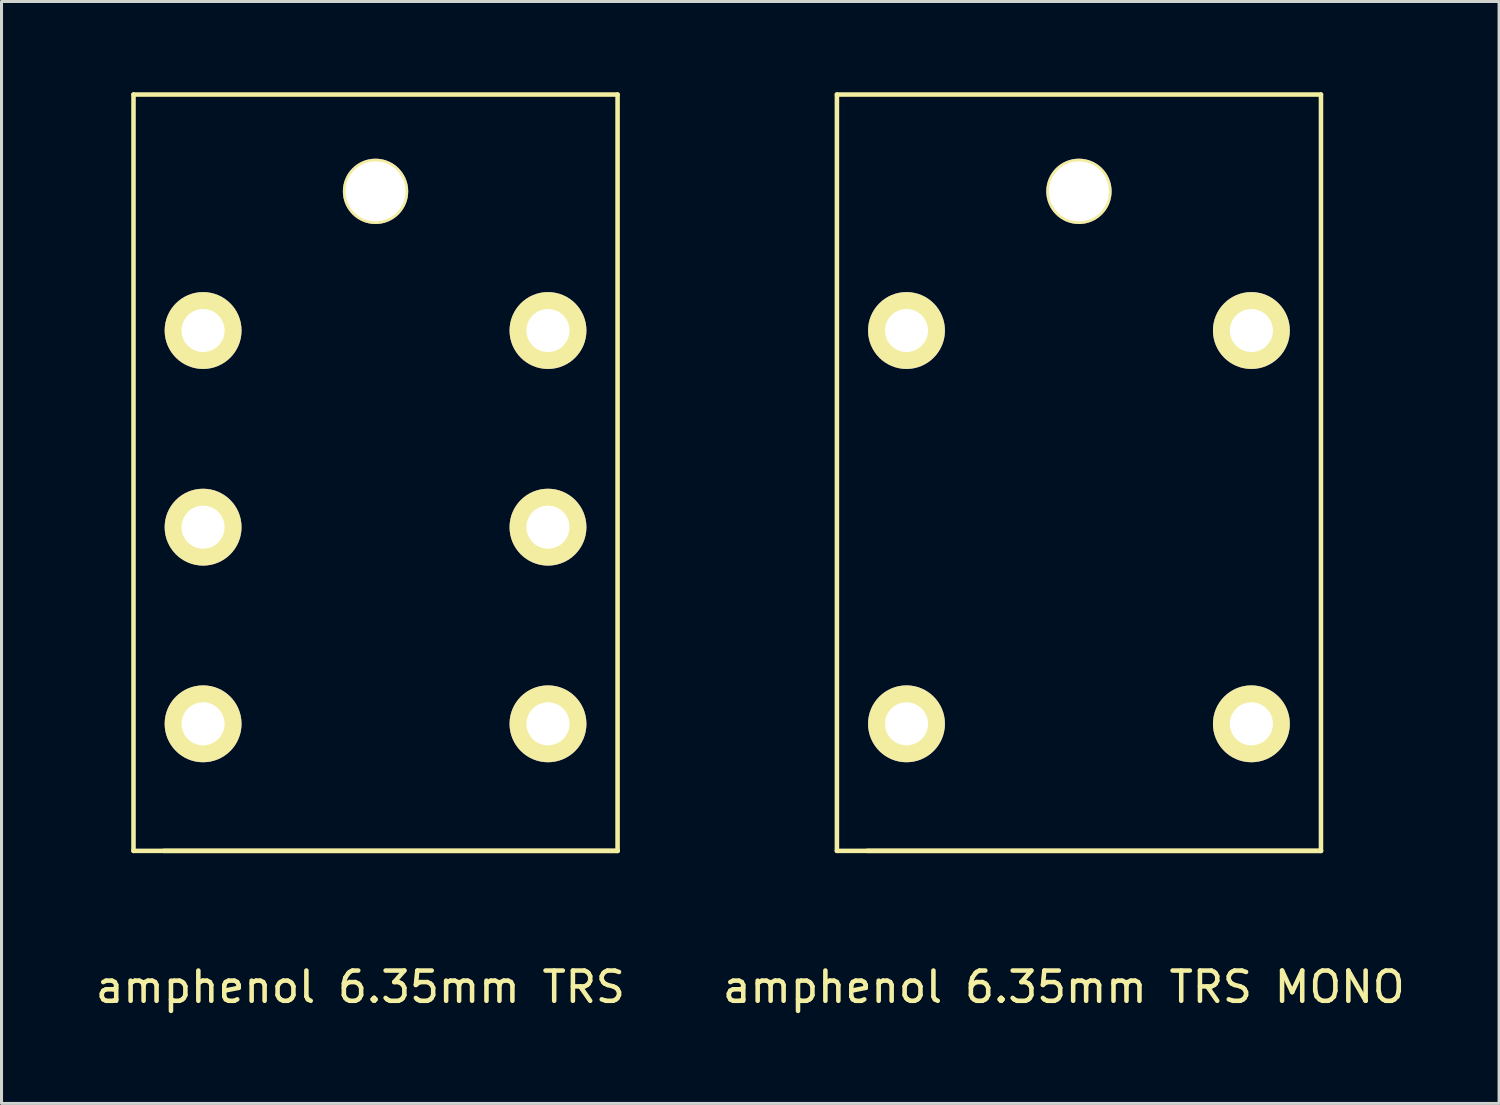
<source format=kicad_pcb>
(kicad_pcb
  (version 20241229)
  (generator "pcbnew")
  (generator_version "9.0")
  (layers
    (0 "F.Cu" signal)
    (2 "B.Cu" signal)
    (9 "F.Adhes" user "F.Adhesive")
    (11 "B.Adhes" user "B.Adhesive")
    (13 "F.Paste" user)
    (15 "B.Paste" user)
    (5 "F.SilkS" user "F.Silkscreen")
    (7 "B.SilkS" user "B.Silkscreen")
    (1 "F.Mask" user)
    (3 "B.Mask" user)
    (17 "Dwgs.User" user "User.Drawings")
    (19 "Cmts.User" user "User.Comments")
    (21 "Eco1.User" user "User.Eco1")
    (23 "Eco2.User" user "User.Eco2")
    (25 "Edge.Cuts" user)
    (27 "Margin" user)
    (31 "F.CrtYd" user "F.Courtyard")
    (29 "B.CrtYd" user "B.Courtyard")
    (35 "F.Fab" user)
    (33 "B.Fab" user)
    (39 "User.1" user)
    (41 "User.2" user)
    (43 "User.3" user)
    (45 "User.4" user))
  (footprint "amphenol 6.35mm TRS MONO"
    (layer "F.Cu")
    (at 31.613 27.075)
    (property "Reference" "amphenol 6.35mm TRS MONO" (at 0.5 2.5 0) (layer "F.SilkS") (effects (font (size 1 1) (thickness 0.15))))
    (attr through_hole)
    (fp_line (start -7 -27) (end -7 -2) (stroke (width 0.15) (type solid)) (layer "F.SilkS"))
    (fp_line (start -6 -2) (end 9 -2) (stroke (width 0.15) (type solid)) (layer "F.SilkS"))
    (fp_line (start 9 -27) (end -7 -27) (stroke (width 0.15) (type solid)) (layer "F.SilkS"))
    (fp_line (start 9 -2) (end -7 -2) (stroke (width 0.15) (type solid)) (layer "F.SilkS"))
    (fp_line (start 9 -2) (end 9 -27) (stroke (width 0.15) (type solid)) (layer "F.SilkS"))
    (pad "" np_thru_hole circle (at 1 -23.8) (size 2.159 2.159) (drill 1.981) (layers "*.Cu" "*.Mask" "F.SilkS"))
    (pad "1" thru_hole circle (at -4.7 -6.2) (size 2.54 2.54) (drill 1.422) (layers "*.Cu" "*.Mask" "F.SilkS"))
    (pad "3" thru_hole circle (at -4.7 -19.2) (size 2.54 2.54) (drill 1.422) (layers "*.Cu" "*.Mask" "F.SilkS"))
    (pad "4" thru_hole circle (at 6.7 -6.2) (size 2.54 2.54) (drill 1.422) (layers "*.Cu" "*.Mask" "F.SilkS"))
    (pad "6" thru_hole circle (at 6.7 -19.2) (size 2.54 2.54) (drill 1.422) (layers "*.Cu" "*.Mask" "F.SilkS")))
  (footprint "amphenol 6.35mm TRS"
    (layer "F.Cu")
    (at 8.363 27.075)
    (property "Reference" "amphenol 6.35mm TRS" (at 0.5 2.5 0) (layer "F.SilkS") (effects (font (size 1 1) (thickness 0.15))))
    (attr through_hole)
    (fp_line (start -7 -27) (end -7 -2) (stroke (width 0.15) (type solid)) (layer "F.SilkS"))
    (fp_line (start -6 -2) (end 9 -2) (stroke (width 0.15) (type solid)) (layer "F.SilkS"))
    (fp_line (start 9 -27) (end -7 -27) (stroke (width 0.15) (type solid)) (layer "F.SilkS"))
    (fp_line (start 9 -2) (end -7 -2) (stroke (width 0.15) (type solid)) (layer "F.SilkS"))
    (fp_line (start 9 -2) (end 9 -27) (stroke (width 0.15) (type solid)) (layer "F.SilkS"))
    (pad "" np_thru_hole circle (at 1 -23.8) (size 2.159 2.159) (drill 1.981) (layers "*.Cu" "*.Mask" "F.SilkS"))
    (pad "1" thru_hole circle (at -4.7 -6.2) (size 2.54 2.54) (drill 1.422) (layers "*.Cu" "*.Mask" "F.SilkS"))
    (pad "2" thru_hole circle (at -4.7 -12.7) (size 2.54 2.54) (drill 1.422) (layers "*.Cu" "*.Mask" "F.SilkS"))
    (pad "3" thru_hole circle (at -4.7 -19.2) (size 2.54 2.54) (drill 1.422) (layers "*.Cu" "*.Mask" "F.SilkS"))
    (pad "4" thru_hole circle (at 6.7 -6.2) (size 2.54 2.54) (drill 1.422) (layers "*.Cu" "*.Mask" "F.SilkS"))
    (pad "5" thru_hole circle (at 6.7 -12.7) (size 2.54 2.54) (drill 1.422) (layers "*.Cu" "*.Mask" "F.SilkS"))
    (pad "6" thru_hole circle (at 6.7 -19.2) (size 2.54 2.54) (drill 1.422) (layers "*.Cu" "*.Mask" "F.SilkS")))
  (gr_rect
    (start -3 -3)
    (end 46.5 33.423)
    (stroke (width 0.1) (type default))
    (fill no)
    (layer "Edge.Cuts")))
</source>
